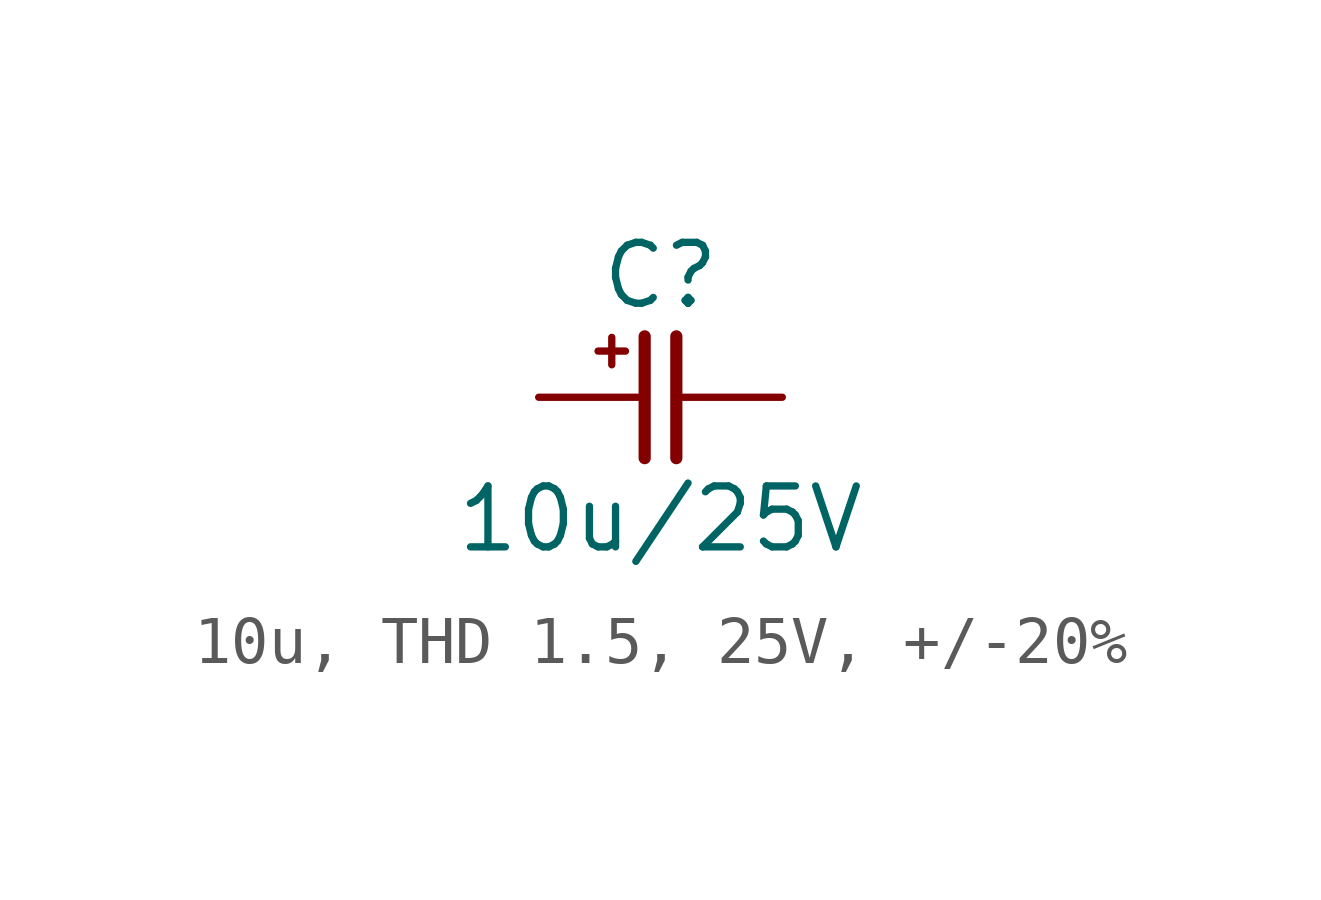
<source format=kicad_sym>
(kicad_symbol_lib
  (version 20220914)
  (generator kicad_symbol_editor)
  (symbol "10u, THD 1.5, 25V, +/-20%"
    (pin_numbers hide)
    (pin_names
      (offset 0) hide)
    (property "Reference" "C"
      (at 0 2.54 0)
      (effects (font (size 1.27 1.27))))
    (property "Value" "10u/25V"
      (at 0 -2.54 0)
      (effects (font (size 1.27 1.27))))
    (symbol "10u, THD 1.5, 25V, +/-20%_0_0"
      (text "+" (at -1.016 1.016 0) (effects (font (size 0.75 0.75)))))
    (symbol "10u, THD 1.5, 25V, +/-20%_0_1"
      (polyline (pts (xy -0.33 1.27) (xy -0.33 -1.27)) (stroke (width 0.254) (type default)) (fill (type none)))
      (polyline (pts (xy 0.33 1.27) (xy 0.33 -1.27)) (stroke (width 0.254) (type default)) (fill (type none))))
    (symbol "10u, THD 1.5, 25V, +/-20%_1_1"
      (pin passive line (at -2.54 0 0) (length 2.21) (name "1" (effects (font (size 1.27 1.27)))) (number "1" (effects (font (size 1.27 1.27)))))
      (pin passive line (at 2.54 0 180) (length 2.21) (name "2" (effects (font (size 1.27 1.27)))) (number "2" (effects (font (size 1.27 1.27))))))))
</source>
